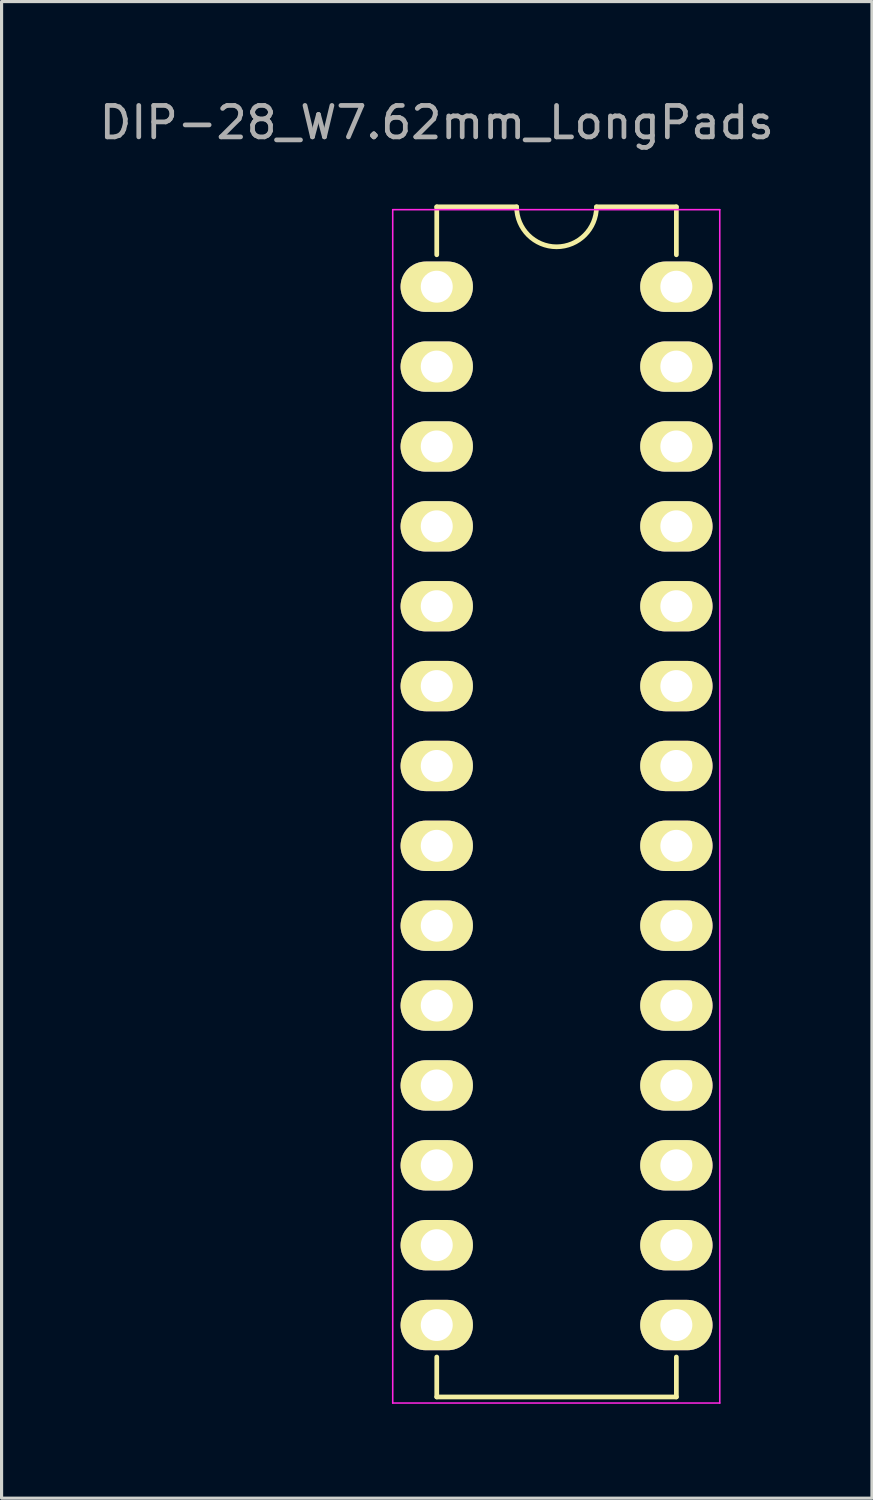
<source format=kicad_pcb>
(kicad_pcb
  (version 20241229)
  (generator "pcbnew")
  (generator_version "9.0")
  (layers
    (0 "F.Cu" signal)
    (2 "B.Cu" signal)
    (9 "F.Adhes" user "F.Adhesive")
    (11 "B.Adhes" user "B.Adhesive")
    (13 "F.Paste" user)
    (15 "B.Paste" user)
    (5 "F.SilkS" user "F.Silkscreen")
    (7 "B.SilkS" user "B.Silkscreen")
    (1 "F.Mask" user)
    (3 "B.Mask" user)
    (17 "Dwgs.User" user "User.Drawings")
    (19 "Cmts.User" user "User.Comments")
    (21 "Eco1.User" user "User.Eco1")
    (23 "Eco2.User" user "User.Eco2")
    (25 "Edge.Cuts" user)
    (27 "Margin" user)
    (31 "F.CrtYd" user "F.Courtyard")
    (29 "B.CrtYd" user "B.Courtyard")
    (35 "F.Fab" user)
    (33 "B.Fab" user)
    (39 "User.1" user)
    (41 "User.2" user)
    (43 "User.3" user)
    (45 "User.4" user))
  (footprint "DIP-28_W7.62mm_LongPads"
    (layer "F.Cu")
    (at 10.839 6.068)
    (property "Reference" "DIP-28_W7.62mm_LongPads" (at 0 -5.22 0) (layer "F.Fab") (effects (font (size 1 1) (thickness 0.15))))
    (attr through_hole)
    (fp_line (start 0 -2.54) (end 2.54 -2.54) (stroke (width 0.15) (type solid)) (layer "F.SilkS"))
    (fp_line (start 0 -1.016) (end 0 -2.54) (stroke (width 0.15) (type solid)) (layer "F.SilkS"))
    (fp_line (start 0 35.306) (end 0 34.036) (stroke (width 0.15) (type solid)) (layer "F.SilkS"))
    (fp_line (start 5.08 -2.54) (end 7.62 -2.54) (stroke (width 0.15) (type solid)) (layer "F.SilkS"))
    (fp_line (start 7.62 -2.54) (end 7.62 -1.016) (stroke (width 0.15) (type solid)) (layer "F.SilkS"))
    (fp_line (start 7.62 34.036) (end 7.62 35.306) (stroke (width 0.15) (type solid)) (layer "F.SilkS"))
    (fp_line (start 7.62 35.306) (end 0 35.306) (stroke (width 0.15) (type solid)) (layer "F.SilkS"))
    (fp_arc (start 5.08 -2.54) (mid 3.81 -1.27) (end 2.54 -2.54) (stroke (width 0.15) (type solid)) (layer "F.SilkS"))
    (fp_line (start -1.4 -2.45) (end -1.4 35.5) (stroke (width 0.05) (type solid)) (layer "F.CrtYd"))
    (fp_line (start -1.4 -2.45) (end 9 -2.45) (stroke (width 0.05) (type solid)) (layer "F.CrtYd"))
    (fp_line (start -1.4 35.5) (end 9 35.5) (stroke (width 0.05) (type solid)) (layer "F.CrtYd"))
    (fp_line (start 9 -2.45) (end 9 35.5) (stroke (width 0.05) (type solid)) (layer "F.CrtYd"))
    (pad "1" thru_hole oval (at 0 0) (size 2.3 1.6) (drill 1.016) (layers "*.Cu" "*.Mask" "F.SilkS"))
    (pad "2" thru_hole oval (at 0 2.54) (size 2.3 1.6) (drill 1.016) (layers "*.Cu" "*.Mask" "F.SilkS"))
    (pad "3" thru_hole oval (at 0 5.08) (size 2.3 1.6) (drill 1.016) (layers "*.Cu" "*.Mask" "F.SilkS"))
    (pad "4" thru_hole oval (at 0 7.62) (size 2.3 1.6) (drill 1.016) (layers "*.Cu" "*.Mask" "F.SilkS"))
    (pad "5" thru_hole oval (at 0 10.16) (size 2.3 1.6) (drill 1.016) (layers "*.Cu" "*.Mask" "F.SilkS"))
    (pad "6" thru_hole oval (at 0 12.7) (size 2.3 1.6) (drill 1.016) (layers "*.Cu" "*.Mask" "F.SilkS"))
    (pad "7" thru_hole oval (at 0 15.24) (size 2.3 1.6) (drill 1.016) (layers "*.Cu" "*.Mask" "F.SilkS"))
    (pad "8" thru_hole oval (at 0 17.78) (size 2.3 1.6) (drill 1.016) (layers "*.Cu" "*.Mask" "F.SilkS"))
    (pad "9" thru_hole oval (at 0 20.32) (size 2.3 1.6) (drill 1.016) (layers "*.Cu" "*.Mask" "F.SilkS"))
    (pad "10" thru_hole oval (at 0 22.86) (size 2.3 1.6) (drill 1.016) (layers "*.Cu" "*.Mask" "F.SilkS"))
    (pad "11" thru_hole oval (at 0 25.4) (size 2.3 1.6) (drill 1.016) (layers "*.Cu" "*.Mask" "F.SilkS"))
    (pad "12" thru_hole oval (at 0 27.94) (size 2.3 1.6) (drill 1.016) (layers "*.Cu" "*.Mask" "F.SilkS"))
    (pad "13" thru_hole oval (at 0 30.48) (size 2.3 1.6) (drill 1.016) (layers "*.Cu" "*.Mask" "F.SilkS"))
    (pad "14" thru_hole oval (at 0 33.02) (size 2.3 1.6) (drill 1.016) (layers "*.Cu" "*.Mask" "F.SilkS"))
    (pad "15" thru_hole oval (at 7.62 33.02) (size 2.3 1.6) (drill 1.016) (layers "*.Cu" "*.Mask" "F.SilkS"))
    (pad "16" thru_hole oval (at 7.62 30.48) (size 2.3 1.6) (drill 1.016) (layers "*.Cu" "*.Mask" "F.SilkS"))
    (pad "17" thru_hole oval (at 7.62 27.94) (size 2.3 1.6) (drill 1.016) (layers "*.Cu" "*.Mask" "F.SilkS"))
    (pad "18" thru_hole oval (at 7.62 25.4) (size 2.3 1.6) (drill 1.016) (layers "*.Cu" "*.Mask" "F.SilkS"))
    (pad "19" thru_hole oval (at 7.62 22.86) (size 2.3 1.6) (drill 1.016) (layers "*.Cu" "*.Mask" "F.SilkS"))
    (pad "20" thru_hole oval (at 7.62 20.32) (size 2.3 1.6) (drill 1.016) (layers "*.Cu" "*.Mask" "F.SilkS"))
    (pad "21" thru_hole oval (at 7.62 17.78) (size 2.3 1.6) (drill 1.016) (layers "*.Cu" "*.Mask" "F.SilkS"))
    (pad "22" thru_hole oval (at 7.62 15.24) (size 2.3 1.6) (drill 1.016) (layers "*.Cu" "*.Mask" "F.SilkS"))
    (pad "23" thru_hole oval (at 7.62 12.7) (size 2.3 1.6) (drill 1.016) (layers "*.Cu" "*.Mask" "F.SilkS"))
    (pad "24" thru_hole oval (at 7.62 10.16) (size 2.3 1.6) (drill 1.016) (layers "*.Cu" "*.Mask" "F.SilkS"))
    (pad "25" thru_hole oval (at 7.62 7.62) (size 2.3 1.6) (drill 1.016) (layers "*.Cu" "*.Mask" "F.SilkS"))
    (pad "26" thru_hole oval (at 7.62 5.08) (size 2.3 1.6) (drill 1.016) (layers "*.Cu" "*.Mask" "F.SilkS"))
    (pad "27" thru_hole oval (at 7.62 2.54) (size 2.3 1.6) (drill 1.016) (layers "*.Cu" "*.Mask" "F.SilkS"))
    (pad "28" thru_hole oval (at 7.62 0) (size 2.3 1.6) (drill 1.016) (layers "*.Cu" "*.Mask" "F.SilkS")))
  (gr_rect
    (start -3 -3)
    (end 24.679 44.593)
    (stroke (width 0.1) (type default))
    (fill no)
    (layer "Edge.Cuts")))
</source>
